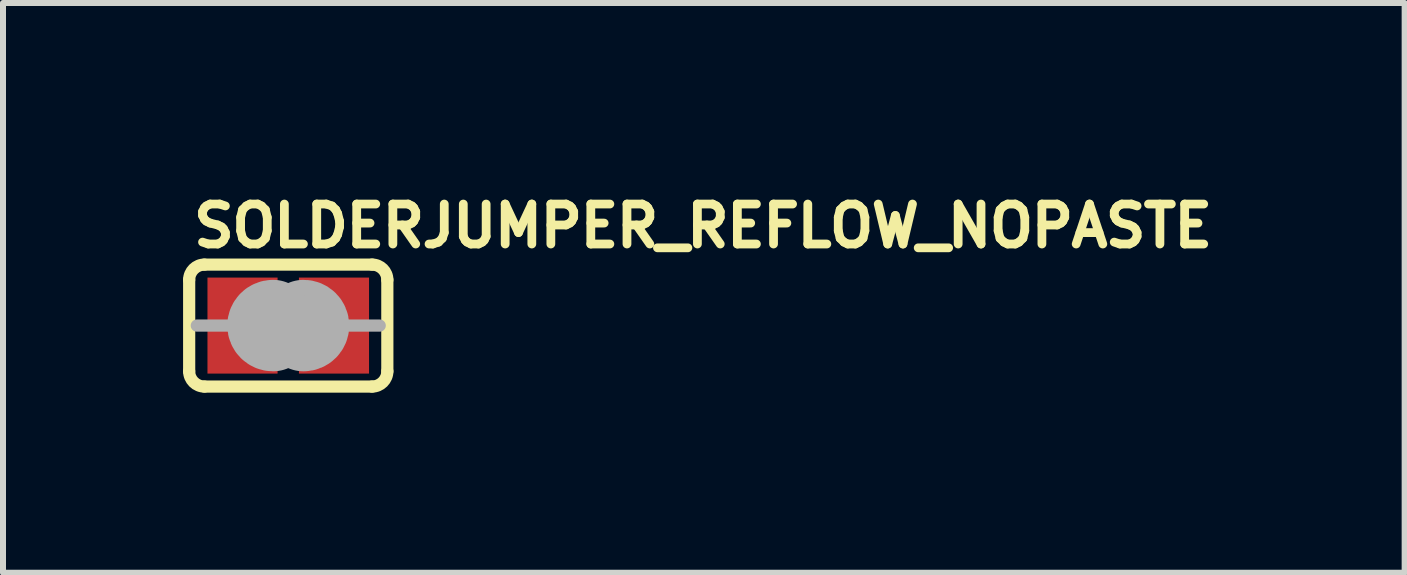
<source format=kicad_pcb>
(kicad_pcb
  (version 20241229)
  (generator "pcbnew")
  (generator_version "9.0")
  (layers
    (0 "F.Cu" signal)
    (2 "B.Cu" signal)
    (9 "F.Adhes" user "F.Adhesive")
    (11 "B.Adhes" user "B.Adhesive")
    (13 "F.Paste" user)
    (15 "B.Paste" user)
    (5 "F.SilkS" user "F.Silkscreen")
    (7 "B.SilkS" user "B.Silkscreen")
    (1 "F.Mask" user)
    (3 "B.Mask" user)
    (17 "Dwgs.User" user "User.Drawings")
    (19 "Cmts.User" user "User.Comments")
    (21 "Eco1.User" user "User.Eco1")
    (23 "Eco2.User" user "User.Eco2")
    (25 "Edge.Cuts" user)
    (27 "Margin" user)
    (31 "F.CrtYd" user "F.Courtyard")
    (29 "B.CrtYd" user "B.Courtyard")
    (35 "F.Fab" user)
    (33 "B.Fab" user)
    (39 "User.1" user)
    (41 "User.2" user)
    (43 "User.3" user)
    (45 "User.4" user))
  (footprint "SOLDERJUMPER_REFLOW_NOPASTE"
    (layer "F.Cu")
    (at 1.753 2.375)
    (property "Reference" "SOLDERJUMPER_REFLOW_NOPASTE" (at -1.651 -1.27 0) (unlocked yes) (layer "F.SilkS") (effects (font (size 0.666 0.666) (thickness 0.146)) (justify left bottom)))
    (fp_poly (pts (xy -0.076 0.914) (xy 0.076 0.914) (xy 0.076 -0.914) (xy -0.076 -0.914)) (stroke (width 0) (type default)) (fill yes) (layer "F.Mask"))
    (fp_line (start -1.651 0.762) (end -1.651 -0.762) (stroke (width 0.203) (type solid)) (layer "F.SilkS"))
    (fp_line (start -1.397 -1.016) (end 1.397 -1.016) (stroke (width 0.203) (type solid)) (layer "F.SilkS"))
    (fp_line (start 1.397 1.016) (end -1.397 1.016) (stroke (width 0.203) (type solid)) (layer "F.SilkS"))
    (fp_line (start 1.651 0.762) (end 1.651 -0.762) (stroke (width 0.203) (type solid)) (layer "F.SilkS"))
    (fp_arc (start -1.651 -0.762) (mid -1.576605 -0.941605) (end -1.397 -1.016) (stroke (width 0.2032) (type solid)) (layer "F.SilkS"))
    (fp_arc (start -1.397 1.016) (mid -1.576605 0.941605) (end -1.651 0.762) (stroke (width 0.2032) (type solid)) (layer "F.SilkS"))
    (fp_arc (start 1.397 -1.016) (mid 1.576605 -0.941605) (end 1.651 -0.762) (stroke (width 0.2032) (type solid)) (layer "F.SilkS"))
    (fp_arc (start 1.651 0.762) (mid 1.576605 0.941605) (end 1.397 1.016) (stroke (width 0.2032) (type solid)) (layer "F.SilkS"))
    (fp_line (start -1.016 0) (end -1.524 0) (stroke (width 0.203) (type solid)) (layer "F.Fab"))
    (fp_line (start 1.016 0) (end 1.524 0) (stroke (width 0.203) (type solid)) (layer "F.Fab"))
    (fp_arc (start -0.254 0.127) (mid -0.381 0) (end -0.254 -0.127) (stroke (width 1.27) (type solid)) (layer "F.Fab"))
    (fp_arc (start 0.254 -0.127) (mid 0.381 0) (end 0.254 0.127) (stroke (width 1.27) (type solid)) (layer "F.Fab"))
    (pad "1" smd rect (at -0.762 0) (size 1.168 1.6) (layers "F.Cu" "F.Mask"))
    (pad "2" smd rect (at 0.762 0) (size 1.168 1.6) (layers "F.Cu" "F.Mask")))
  (gr_rect
    (start -3 -3)
    (end 20.355 6.493)
    (stroke (width 0.1) (type default))
    (fill no)
    (layer "Edge.Cuts")))
</source>
